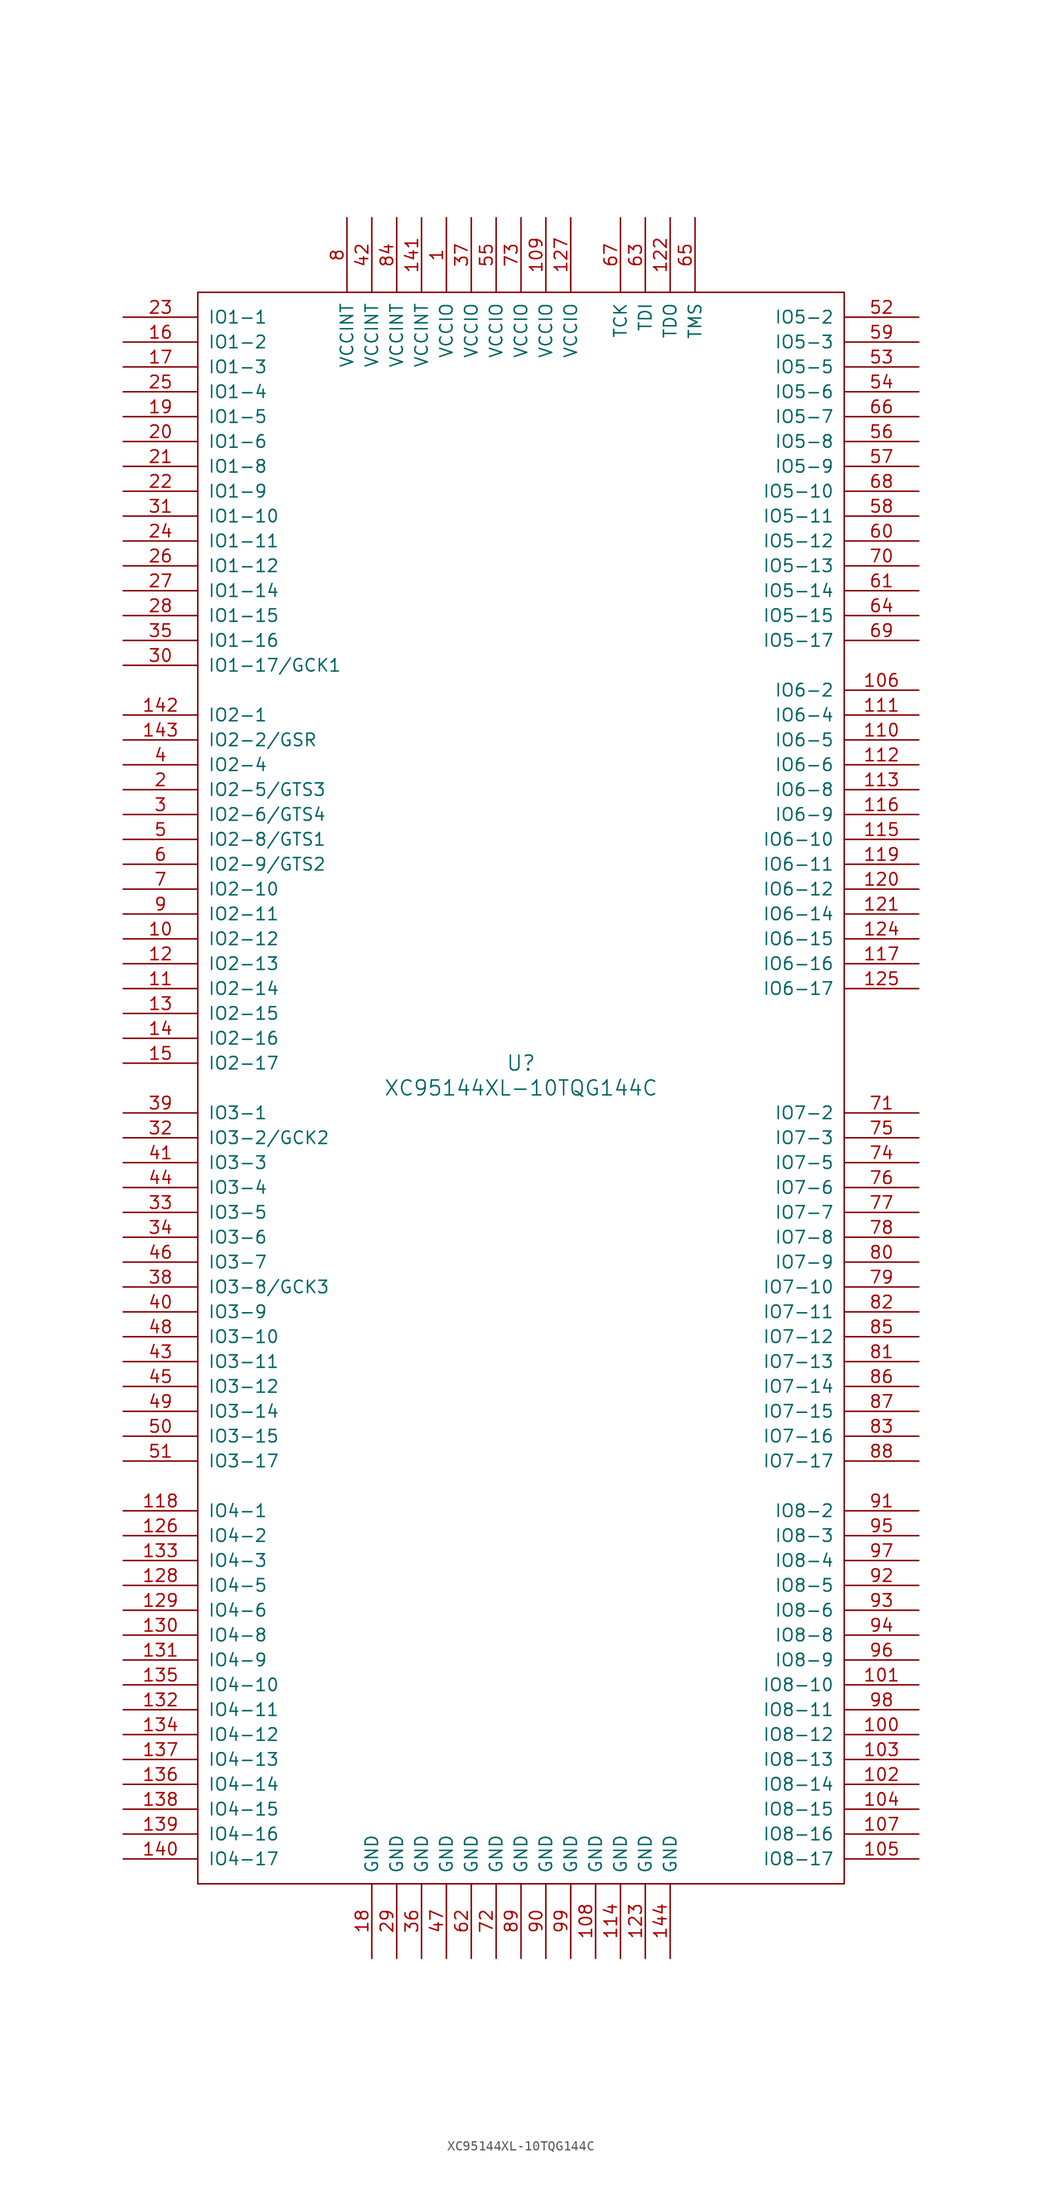
<source format=kicad_sym>
(kicad_symbol_lib
  (version 20211014)
  (generator kicad_symbol_editor)
  (symbol "XC95144XL-10TQG144C"
    (pin_names
      (offset 1.016))
    (property "Reference" "U"
      (at 0 2.54 0)
      (effects (font (size 1.524 1.524))))
    (property "Value" "XC95144XL-10TQG144C"
      (at 0 0 0)
      (effects (font (size 1.524 1.524))))
    (property "Footprint" ""
      (at 0 0 0)
      (effects (font (size 1.524 1.524))))
    (property "Datasheet" ""
      (at 0 0 0)
      (effects (font (size 1.524 1.524))))
    (symbol "XC95144XL-10TQG144C_0_1"
      (rectangle (start -33.02 -81.28) (end 33.02 81.28) (stroke (width 0) (type default) (color 0 0 0 0)) (fill (type none))))
    (symbol "XC95144XL-10TQG144C_1_1"
      (pin power_in line (at -7.62 88.9 270) (length 7.62) (name "VCCIO" (effects (font (size 1.27 1.27)))) (number "1" (effects (font (size 1.27 1.27)))))
      (pin bidirectional line (at -40.64 15.24 0) (length 7.62) (name "IO2-12" (effects (font (size 1.27 1.27)))) (number "10" (effects (font (size 1.27 1.27)))))
      (pin bidirectional line (at 40.64 -66.04 180) (length 7.62) (name "IO8-12" (effects (font (size 1.27 1.27)))) (number "100" (effects (font (size 1.27 1.27)))))
      (pin bidirectional line (at 40.64 -60.96 180) (length 7.62) (name "IO8-10" (effects (font (size 1.27 1.27)))) (number "101" (effects (font (size 1.27 1.27)))))
      (pin bidirectional line (at 40.64 -71.12 180) (length 7.62) (name "IO8-14" (effects (font (size 1.27 1.27)))) (number "102" (effects (font (size 1.27 1.27)))))
      (pin bidirectional line (at 40.64 -68.58 180) (length 7.62) (name "IO8-13" (effects (font (size 1.27 1.27)))) (number "103" (effects (font (size 1.27 1.27)))))
      (pin bidirectional line (at 40.64 -73.66 180) (length 7.62) (name "IO8-15" (effects (font (size 1.27 1.27)))) (number "104" (effects (font (size 1.27 1.27)))))
      (pin bidirectional line (at 40.64 -78.74 180) (length 7.62) (name "IO8-17" (effects (font (size 1.27 1.27)))) (number "105" (effects (font (size 1.27 1.27)))))
      (pin bidirectional line (at 40.64 40.64 180) (length 7.62) (name "IO6-2" (effects (font (size 1.27 1.27)))) (number "106" (effects (font (size 1.27 1.27)))))
      (pin bidirectional line (at 40.64 -76.2 180) (length 7.62) (name "IO8-16" (effects (font (size 1.27 1.27)))) (number "107" (effects (font (size 1.27 1.27)))))
      (pin passive line (at 7.62 -88.9 90) (length 7.62) (name "GND" (effects (font (size 1.27 1.27)))) (number "108" (effects (font (size 1.27 1.27)))))
      (pin power_in line (at 2.54 88.9 270) (length 7.62) (name "VCCIO" (effects (font (size 1.27 1.27)))) (number "109" (effects (font (size 1.27 1.27)))))
      (pin bidirectional line (at -40.64 10.16 0) (length 7.62) (name "IO2-14" (effects (font (size 1.27 1.27)))) (number "11" (effects (font (size 1.27 1.27)))))
      (pin bidirectional line (at 40.64 35.56 180) (length 7.62) (name "IO6-5" (effects (font (size 1.27 1.27)))) (number "110" (effects (font (size 1.27 1.27)))))
      (pin bidirectional line (at 40.64 38.1 180) (length 7.62) (name "IO6-4" (effects (font (size 1.27 1.27)))) (number "111" (effects (font (size 1.27 1.27)))))
      (pin bidirectional line (at 40.64 33.02 180) (length 7.62) (name "IO6-6" (effects (font (size 1.27 1.27)))) (number "112" (effects (font (size 1.27 1.27)))))
      (pin bidirectional line (at 40.64 30.48 180) (length 7.62) (name "IO6-8" (effects (font (size 1.27 1.27)))) (number "113" (effects (font (size 1.27 1.27)))))
      (pin passive line (at 10.16 -88.9 90) (length 7.62) (name "GND" (effects (font (size 1.27 1.27)))) (number "114" (effects (font (size 1.27 1.27)))))
      (pin bidirectional line (at 40.64 25.4 180) (length 7.62) (name "IO6-10" (effects (font (size 1.27 1.27)))) (number "115" (effects (font (size 1.27 1.27)))))
      (pin bidirectional line (at 40.64 27.94 180) (length 7.62) (name "IO6-9" (effects (font (size 1.27 1.27)))) (number "116" (effects (font (size 1.27 1.27)))))
      (pin bidirectional line (at 40.64 12.7 180) (length 7.62) (name "IO6-16" (effects (font (size 1.27 1.27)))) (number "117" (effects (font (size 1.27 1.27)))))
      (pin bidirectional line (at -40.64 -43.18 0) (length 7.62) (name "IO4-1" (effects (font (size 1.27 1.27)))) (number "118" (effects (font (size 1.27 1.27)))))
      (pin bidirectional line (at 40.64 22.86 180) (length 7.62) (name "IO6-11" (effects (font (size 1.27 1.27)))) (number "119" (effects (font (size 1.27 1.27)))))
      (pin bidirectional line (at -40.64 12.7 0) (length 7.62) (name "IO2-13" (effects (font (size 1.27 1.27)))) (number "12" (effects (font (size 1.27 1.27)))))
      (pin bidirectional line (at 40.64 20.32 180) (length 7.62) (name "IO6-12" (effects (font (size 1.27 1.27)))) (number "120" (effects (font (size 1.27 1.27)))))
      (pin bidirectional line (at 40.64 17.78 180) (length 7.62) (name "IO6-14" (effects (font (size 1.27 1.27)))) (number "121" (effects (font (size 1.27 1.27)))))
      (pin output line (at 15.24 88.9 270) (length 7.62) (name "TDO" (effects (font (size 1.27 1.27)))) (number "122" (effects (font (size 1.27 1.27)))))
      (pin passive line (at 12.7 -88.9 90) (length 7.62) (name "GND" (effects (font (size 1.27 1.27)))) (number "123" (effects (font (size 1.27 1.27)))))
      (pin bidirectional line (at 40.64 15.24 180) (length 7.62) (name "IO6-15" (effects (font (size 1.27 1.27)))) (number "124" (effects (font (size 1.27 1.27)))))
      (pin bidirectional line (at 40.64 10.16 180) (length 7.62) (name "IO6-17" (effects (font (size 1.27 1.27)))) (number "125" (effects (font (size 1.27 1.27)))))
      (pin bidirectional line (at -40.64 -45.72 0) (length 7.62) (name "IO4-2" (effects (font (size 1.27 1.27)))) (number "126" (effects (font (size 1.27 1.27)))))
      (pin power_in line (at 5.08 88.9 270) (length 7.62) (name "VCCIO" (effects (font (size 1.27 1.27)))) (number "127" (effects (font (size 1.27 1.27)))))
      (pin bidirectional line (at -40.64 -50.8 0) (length 7.62) (name "IO4-5" (effects (font (size 1.27 1.27)))) (number "128" (effects (font (size 1.27 1.27)))))
      (pin bidirectional line (at -40.64 -53.34 0) (length 7.62) (name "IO4-6" (effects (font (size 1.27 1.27)))) (number "129" (effects (font (size 1.27 1.27)))))
      (pin bidirectional line (at -40.64 7.62 0) (length 7.62) (name "IO2-15" (effects (font (size 1.27 1.27)))) (number "13" (effects (font (size 1.27 1.27)))))
      (pin bidirectional line (at -40.64 -55.88 0) (length 7.62) (name "IO4-8" (effects (font (size 1.27 1.27)))) (number "130" (effects (font (size 1.27 1.27)))))
      (pin bidirectional line (at -40.64 -58.42 0) (length 7.62) (name "IO4-9" (effects (font (size 1.27 1.27)))) (number "131" (effects (font (size 1.27 1.27)))))
      (pin bidirectional line (at -40.64 -63.5 0) (length 7.62) (name "IO4-11" (effects (font (size 1.27 1.27)))) (number "132" (effects (font (size 1.27 1.27)))))
      (pin bidirectional line (at -40.64 -48.26 0) (length 7.62) (name "IO4-3" (effects (font (size 1.27 1.27)))) (number "133" (effects (font (size 1.27 1.27)))))
      (pin bidirectional line (at -40.64 -66.04 0) (length 7.62) (name "IO4-12" (effects (font (size 1.27 1.27)))) (number "134" (effects (font (size 1.27 1.27)))))
      (pin bidirectional line (at -40.64 -60.96 0) (length 7.62) (name "IO4-10" (effects (font (size 1.27 1.27)))) (number "135" (effects (font (size 1.27 1.27)))))
      (pin bidirectional line (at -40.64 -71.12 0) (length 7.62) (name "IO4-14" (effects (font (size 1.27 1.27)))) (number "136" (effects (font (size 1.27 1.27)))))
      (pin bidirectional line (at -40.64 -68.58 0) (length 7.62) (name "IO4-13" (effects (font (size 1.27 1.27)))) (number "137" (effects (font (size 1.27 1.27)))))
      (pin bidirectional line (at -40.64 -73.66 0) (length 7.62) (name "IO4-15" (effects (font (size 1.27 1.27)))) (number "138" (effects (font (size 1.27 1.27)))))
      (pin bidirectional line (at -40.64 -76.2 0) (length 7.62) (name "IO4-16" (effects (font (size 1.27 1.27)))) (number "139" (effects (font (size 1.27 1.27)))))
      (pin bidirectional line (at -40.64 5.08 0) (length 7.62) (name "IO2-16" (effects (font (size 1.27 1.27)))) (number "14" (effects (font (size 1.27 1.27)))))
      (pin bidirectional line (at -40.64 -78.74 0) (length 7.62) (name "IO4-17" (effects (font (size 1.27 1.27)))) (number "140" (effects (font (size 1.27 1.27)))))
      (pin power_in line (at -10.16 88.9 270) (length 7.62) (name "VCCINT" (effects (font (size 1.27 1.27)))) (number "141" (effects (font (size 1.27 1.27)))))
      (pin bidirectional line (at -40.64 38.1 0) (length 7.62) (name "IO2-1" (effects (font (size 1.27 1.27)))) (number "142" (effects (font (size 1.27 1.27)))))
      (pin bidirectional line (at -40.64 35.56 0) (length 7.62) (name "IO2-2/GSR" (effects (font (size 1.27 1.27)))) (number "143" (effects (font (size 1.27 1.27)))))
      (pin passive line (at 15.24 -88.9 90) (length 7.62) (name "GND" (effects (font (size 1.27 1.27)))) (number "144" (effects (font (size 1.27 1.27)))))
      (pin bidirectional line (at -40.64 2.54 0) (length 7.62) (name "IO2-17" (effects (font (size 1.27 1.27)))) (number "15" (effects (font (size 1.27 1.27)))))
      (pin bidirectional line (at -40.64 76.2 0) (length 7.62) (name "IO1-2" (effects (font (size 1.27 1.27)))) (number "16" (effects (font (size 1.27 1.27)))))
      (pin bidirectional line (at -40.64 73.66 0) (length 7.62) (name "IO1-3" (effects (font (size 1.27 1.27)))) (number "17" (effects (font (size 1.27 1.27)))))
      (pin passive line (at -15.24 -88.9 90) (length 7.62) (name "GND" (effects (font (size 1.27 1.27)))) (number "18" (effects (font (size 1.27 1.27)))))
      (pin bidirectional line (at -40.64 68.58 0) (length 7.62) (name "IO1-5" (effects (font (size 1.27 1.27)))) (number "19" (effects (font (size 1.27 1.27)))))
      (pin bidirectional line (at -40.64 30.48 0) (length 7.62) (name "IO2-5/GTS3" (effects (font (size 1.27 1.27)))) (number "2" (effects (font (size 1.27 1.27)))))
      (pin bidirectional line (at -40.64 66.04 0) (length 7.62) (name "IO1-6" (effects (font (size 1.27 1.27)))) (number "20" (effects (font (size 1.27 1.27)))))
      (pin bidirectional line (at -40.64 63.5 0) (length 7.62) (name "IO1-8" (effects (font (size 1.27 1.27)))) (number "21" (effects (font (size 1.27 1.27)))))
      (pin bidirectional line (at -40.64 60.96 0) (length 7.62) (name "IO1-9" (effects (font (size 1.27 1.27)))) (number "22" (effects (font (size 1.27 1.27)))))
      (pin bidirectional line (at -40.64 78.74 0) (length 7.62) (name "IO1-1" (effects (font (size 1.27 1.27)))) (number "23" (effects (font (size 1.27 1.27)))))
      (pin bidirectional line (at -40.64 55.88 0) (length 7.62) (name "IO1-11" (effects (font (size 1.27 1.27)))) (number "24" (effects (font (size 1.27 1.27)))))
      (pin bidirectional line (at -40.64 71.12 0) (length 7.62) (name "IO1-4" (effects (font (size 1.27 1.27)))) (number "25" (effects (font (size 1.27 1.27)))))
      (pin bidirectional line (at -40.64 53.34 0) (length 7.62) (name "IO1-12" (effects (font (size 1.27 1.27)))) (number "26" (effects (font (size 1.27 1.27)))))
      (pin bidirectional line (at -40.64 50.8 0) (length 7.62) (name "IO1-14" (effects (font (size 1.27 1.27)))) (number "27" (effects (font (size 1.27 1.27)))))
      (pin bidirectional line (at -40.64 48.26 0) (length 7.62) (name "IO1-15" (effects (font (size 1.27 1.27)))) (number "28" (effects (font (size 1.27 1.27)))))
      (pin passive line (at -12.7 -88.9 90) (length 7.62) (name "GND" (effects (font (size 1.27 1.27)))) (number "29" (effects (font (size 1.27 1.27)))))
      (pin bidirectional line (at -40.64 27.94 0) (length 7.62) (name "IO2-6/GTS4" (effects (font (size 1.27 1.27)))) (number "3" (effects (font (size 1.27 1.27)))))
      (pin bidirectional line (at -40.64 43.18 0) (length 7.62) (name "IO1-17/GCK1" (effects (font (size 1.27 1.27)))) (number "30" (effects (font (size 1.27 1.27)))))
      (pin bidirectional line (at -40.64 58.42 0) (length 7.62) (name "IO1-10" (effects (font (size 1.27 1.27)))) (number "31" (effects (font (size 1.27 1.27)))))
      (pin bidirectional line (at -40.64 -5.08 0) (length 7.62) (name "IO3-2/GCK2" (effects (font (size 1.27 1.27)))) (number "32" (effects (font (size 1.27 1.27)))))
      (pin bidirectional line (at -40.64 -12.7 0) (length 7.62) (name "IO3-5" (effects (font (size 1.27 1.27)))) (number "33" (effects (font (size 1.27 1.27)))))
      (pin bidirectional line (at -40.64 -15.24 0) (length 7.62) (name "IO3-6" (effects (font (size 1.27 1.27)))) (number "34" (effects (font (size 1.27 1.27)))))
      (pin bidirectional line (at -40.64 45.72 0) (length 7.62) (name "IO1-16" (effects (font (size 1.27 1.27)))) (number "35" (effects (font (size 1.27 1.27)))))
      (pin passive line (at -10.16 -88.9 90) (length 7.62) (name "GND" (effects (font (size 1.27 1.27)))) (number "36" (effects (font (size 1.27 1.27)))))
      (pin power_in line (at -5.08 88.9 270) (length 7.62) (name "VCCIO" (effects (font (size 1.27 1.27)))) (number "37" (effects (font (size 1.27 1.27)))))
      (pin bidirectional line (at -40.64 -20.32 0) (length 7.62) (name "IO3-8/GCK3" (effects (font (size 1.27 1.27)))) (number "38" (effects (font (size 1.27 1.27)))))
      (pin bidirectional line (at -40.64 -2.54 0) (length 7.62) (name "IO3-1" (effects (font (size 1.27 1.27)))) (number "39" (effects (font (size 1.27 1.27)))))
      (pin bidirectional line (at -40.64 33.02 0) (length 7.62) (name "IO2-4" (effects (font (size 1.27 1.27)))) (number "4" (effects (font (size 1.27 1.27)))))
      (pin bidirectional line (at -40.64 -22.86 0) (length 7.62) (name "IO3-9" (effects (font (size 1.27 1.27)))) (number "40" (effects (font (size 1.27 1.27)))))
      (pin bidirectional line (at -40.64 -7.62 0) (length 7.62) (name "IO3-3" (effects (font (size 1.27 1.27)))) (number "41" (effects (font (size 1.27 1.27)))))
      (pin power_in line (at -15.24 88.9 270) (length 7.62) (name "VCCINT" (effects (font (size 1.27 1.27)))) (number "42" (effects (font (size 1.27 1.27)))))
      (pin bidirectional line (at -40.64 -27.94 0) (length 7.62) (name "IO3-11" (effects (font (size 1.27 1.27)))) (number "43" (effects (font (size 1.27 1.27)))))
      (pin bidirectional line (at -40.64 -10.16 0) (length 7.62) (name "IO3-4" (effects (font (size 1.27 1.27)))) (number "44" (effects (font (size 1.27 1.27)))))
      (pin bidirectional line (at -40.64 -30.48 0) (length 7.62) (name "IO3-12" (effects (font (size 1.27 1.27)))) (number "45" (effects (font (size 1.27 1.27)))))
      (pin bidirectional line (at -40.64 -17.78 0) (length 7.62) (name "IO3-7" (effects (font (size 1.27 1.27)))) (number "46" (effects (font (size 1.27 1.27)))))
      (pin passive line (at -7.62 -88.9 90) (length 7.62) (name "GND" (effects (font (size 1.27 1.27)))) (number "47" (effects (font (size 1.27 1.27)))))
      (pin bidirectional line (at -40.64 -25.4 0) (length 7.62) (name "IO3-10" (effects (font (size 1.27 1.27)))) (number "48" (effects (font (size 1.27 1.27)))))
      (pin bidirectional line (at -40.64 -33.02 0) (length 7.62) (name "IO3-14" (effects (font (size 1.27 1.27)))) (number "49" (effects (font (size 1.27 1.27)))))
      (pin bidirectional line (at -40.64 25.4 0) (length 7.62) (name "IO2-8/GTS1" (effects (font (size 1.27 1.27)))) (number "5" (effects (font (size 1.27 1.27)))))
      (pin bidirectional line (at -40.64 -35.56 0) (length 7.62) (name "IO3-15" (effects (font (size 1.27 1.27)))) (number "50" (effects (font (size 1.27 1.27)))))
      (pin bidirectional line (at -40.64 -38.1 0) (length 7.62) (name "IO3-17" (effects (font (size 1.27 1.27)))) (number "51" (effects (font (size 1.27 1.27)))))
      (pin bidirectional line (at 40.64 78.74 180) (length 7.62) (name "IO5-2" (effects (font (size 1.27 1.27)))) (number "52" (effects (font (size 1.27 1.27)))))
      (pin bidirectional line (at 40.64 73.66 180) (length 7.62) (name "IO5-5" (effects (font (size 1.27 1.27)))) (number "53" (effects (font (size 1.27 1.27)))))
      (pin bidirectional line (at 40.64 71.12 180) (length 7.62) (name "IO5-6" (effects (font (size 1.27 1.27)))) (number "54" (effects (font (size 1.27 1.27)))))
      (pin power_in line (at -2.54 88.9 270) (length 7.62) (name "VCCIO" (effects (font (size 1.27 1.27)))) (number "55" (effects (font (size 1.27 1.27)))))
      (pin bidirectional line (at 40.64 66.04 180) (length 7.62) (name "IO5-8" (effects (font (size 1.27 1.27)))) (number "56" (effects (font (size 1.27 1.27)))))
      (pin bidirectional line (at 40.64 63.5 180) (length 7.62) (name "IO5-9" (effects (font (size 1.27 1.27)))) (number "57" (effects (font (size 1.27 1.27)))))
      (pin bidirectional line (at 40.64 58.42 180) (length 7.62) (name "IO5-11" (effects (font (size 1.27 1.27)))) (number "58" (effects (font (size 1.27 1.27)))))
      (pin bidirectional line (at 40.64 76.2 180) (length 7.62) (name "IO5-3" (effects (font (size 1.27 1.27)))) (number "59" (effects (font (size 1.27 1.27)))))
      (pin bidirectional line (at -40.64 22.86 0) (length 7.62) (name "IO2-9/GTS2" (effects (font (size 1.27 1.27)))) (number "6" (effects (font (size 1.27 1.27)))))
      (pin bidirectional line (at 40.64 55.88 180) (length 7.62) (name "IO5-12" (effects (font (size 1.27 1.27)))) (number "60" (effects (font (size 1.27 1.27)))))
      (pin bidirectional line (at 40.64 50.8 180) (length 7.62) (name "IO5-14" (effects (font (size 1.27 1.27)))) (number "61" (effects (font (size 1.27 1.27)))))
      (pin passive line (at -5.08 -88.9 90) (length 7.62) (name "GND" (effects (font (size 1.27 1.27)))) (number "62" (effects (font (size 1.27 1.27)))))
      (pin input line (at 12.7 88.9 270) (length 7.62) (name "TDI" (effects (font (size 1.27 1.27)))) (number "63" (effects (font (size 1.27 1.27)))))
      (pin bidirectional line (at 40.64 48.26 180) (length 7.62) (name "IO5-15" (effects (font (size 1.27 1.27)))) (number "64" (effects (font (size 1.27 1.27)))))
      (pin output line (at 17.78 88.9 270) (length 7.62) (name "TMS" (effects (font (size 1.27 1.27)))) (number "65" (effects (font (size 1.27 1.27)))))
      (pin bidirectional line (at 40.64 68.58 180) (length 7.62) (name "IO5-7" (effects (font (size 1.27 1.27)))) (number "66" (effects (font (size 1.27 1.27)))))
      (pin input line (at 10.16 88.9 270) (length 7.62) (name "TCK" (effects (font (size 1.27 1.27)))) (number "67" (effects (font (size 1.27 1.27)))))
      (pin bidirectional line (at 40.64 60.96 180) (length 7.62) (name "IO5-10" (effects (font (size 1.27 1.27)))) (number "68" (effects (font (size 1.27 1.27)))))
      (pin bidirectional line (at 40.64 45.72 180) (length 7.62) (name "IO5-17" (effects (font (size 1.27 1.27)))) (number "69" (effects (font (size 1.27 1.27)))))
      (pin bidirectional line (at -40.64 20.32 0) (length 7.62) (name "IO2-10" (effects (font (size 1.27 1.27)))) (number "7" (effects (font (size 1.27 1.27)))))
      (pin bidirectional line (at 40.64 53.34 180) (length 7.62) (name "IO5-13" (effects (font (size 1.27 1.27)))) (number "70" (effects (font (size 1.27 1.27)))))
      (pin bidirectional line (at 40.64 -2.54 180) (length 7.62) (name "IO7-2" (effects (font (size 1.27 1.27)))) (number "71" (effects (font (size 1.27 1.27)))))
      (pin passive line (at -2.54 -88.9 90) (length 7.62) (name "GND" (effects (font (size 1.27 1.27)))) (number "72" (effects (font (size 1.27 1.27)))))
      (pin power_in line (at 0 88.9 270) (length 7.62) (name "VCCIO" (effects (font (size 1.27 1.27)))) (number "73" (effects (font (size 1.27 1.27)))))
      (pin bidirectional line (at 40.64 -7.62 180) (length 7.62) (name "IO7-5" (effects (font (size 1.27 1.27)))) (number "74" (effects (font (size 1.27 1.27)))))
      (pin bidirectional line (at 40.64 -5.08 180) (length 7.62) (name "IO7-3" (effects (font (size 1.27 1.27)))) (number "75" (effects (font (size 1.27 1.27)))))
      (pin bidirectional line (at 40.64 -10.16 180) (length 7.62) (name "IO7-6" (effects (font (size 1.27 1.27)))) (number "76" (effects (font (size 1.27 1.27)))))
      (pin bidirectional line (at 40.64 -12.7 180) (length 7.62) (name "IO7-7" (effects (font (size 1.27 1.27)))) (number "77" (effects (font (size 1.27 1.27)))))
      (pin bidirectional line (at 40.64 -15.24 180) (length 7.62) (name "IO7-8" (effects (font (size 1.27 1.27)))) (number "78" (effects (font (size 1.27 1.27)))))
      (pin bidirectional line (at 40.64 -20.32 180) (length 7.62) (name "IO7-10" (effects (font (size 1.27 1.27)))) (number "79" (effects (font (size 1.27 1.27)))))
      (pin power_in line (at -17.78 88.9 270) (length 7.62) (name "VCCINT" (effects (font (size 1.27 1.27)))) (number "8" (effects (font (size 1.27 1.27)))))
      (pin bidirectional line (at 40.64 -17.78 180) (length 7.62) (name "IO7-9" (effects (font (size 1.27 1.27)))) (number "80" (effects (font (size 1.27 1.27)))))
      (pin bidirectional line (at 40.64 -27.94 180) (length 7.62) (name "IO7-13" (effects (font (size 1.27 1.27)))) (number "81" (effects (font (size 1.27 1.27)))))
      (pin bidirectional line (at 40.64 -22.86 180) (length 7.62) (name "IO7-11" (effects (font (size 1.27 1.27)))) (number "82" (effects (font (size 1.27 1.27)))))
      (pin bidirectional line (at 40.64 -35.56 180) (length 7.62) (name "IO7-16" (effects (font (size 1.27 1.27)))) (number "83" (effects (font (size 1.27 1.27)))))
      (pin power_in line (at -12.7 88.9 270) (length 7.62) (name "VCCINT" (effects (font (size 1.27 1.27)))) (number "84" (effects (font (size 1.27 1.27)))))
      (pin bidirectional line (at 40.64 -25.4 180) (length 7.62) (name "IO7-12" (effects (font (size 1.27 1.27)))) (number "85" (effects (font (size 1.27 1.27)))))
      (pin bidirectional line (at 40.64 -30.48 180) (length 7.62) (name "IO7-14" (effects (font (size 1.27 1.27)))) (number "86" (effects (font (size 1.27 1.27)))))
      (pin bidirectional line (at 40.64 -33.02 180) (length 7.62) (name "IO7-15" (effects (font (size 1.27 1.27)))) (number "87" (effects (font (size 1.27 1.27)))))
      (pin bidirectional line (at 40.64 -38.1 180) (length 7.62) (name "IO7-17" (effects (font (size 1.27 1.27)))) (number "88" (effects (font (size 1.27 1.27)))))
      (pin passive line (at 0 -88.9 90) (length 7.62) (name "GND" (effects (font (size 1.27 1.27)))) (number "89" (effects (font (size 1.27 1.27)))))
      (pin bidirectional line (at -40.64 17.78 0) (length 7.62) (name "IO2-11" (effects (font (size 1.27 1.27)))) (number "9" (effects (font (size 1.27 1.27)))))
      (pin passive line (at 2.54 -88.9 90) (length 7.62) (name "GND" (effects (font (size 1.27 1.27)))) (number "90" (effects (font (size 1.27 1.27)))))
      (pin bidirectional line (at 40.64 -43.18 180) (length 7.62) (name "IO8-2" (effects (font (size 1.27 1.27)))) (number "91" (effects (font (size 1.27 1.27)))))
      (pin bidirectional line (at 40.64 -50.8 180) (length 7.62) (name "IO8-5" (effects (font (size 1.27 1.27)))) (number "92" (effects (font (size 1.27 1.27)))))
      (pin bidirectional line (at 40.64 -53.34 180) (length 7.62) (name "IO8-6" (effects (font (size 1.27 1.27)))) (number "93" (effects (font (size 1.27 1.27)))))
      (pin bidirectional line (at 40.64 -55.88 180) (length 7.62) (name "IO8-8" (effects (font (size 1.27 1.27)))) (number "94" (effects (font (size 1.27 1.27)))))
      (pin bidirectional line (at 40.64 -45.72 180) (length 7.62) (name "IO8-3" (effects (font (size 1.27 1.27)))) (number "95" (effects (font (size 1.27 1.27)))))
      (pin bidirectional line (at 40.64 -58.42 180) (length 7.62) (name "IO8-9" (effects (font (size 1.27 1.27)))) (number "96" (effects (font (size 1.27 1.27)))))
      (pin bidirectional line (at 40.64 -48.26 180) (length 7.62) (name "IO8-4" (effects (font (size 1.27 1.27)))) (number "97" (effects (font (size 1.27 1.27)))))
      (pin bidirectional line (at 40.64 -63.5 180) (length 7.62) (name "IO8-11" (effects (font (size 1.27 1.27)))) (number "98" (effects (font (size 1.27 1.27)))))
      (pin passive line (at 5.08 -88.9 90) (length 7.62) (name "GND" (effects (font (size 1.27 1.27)))) (number "99" (effects (font (size 1.27 1.27))))))))
</source>
